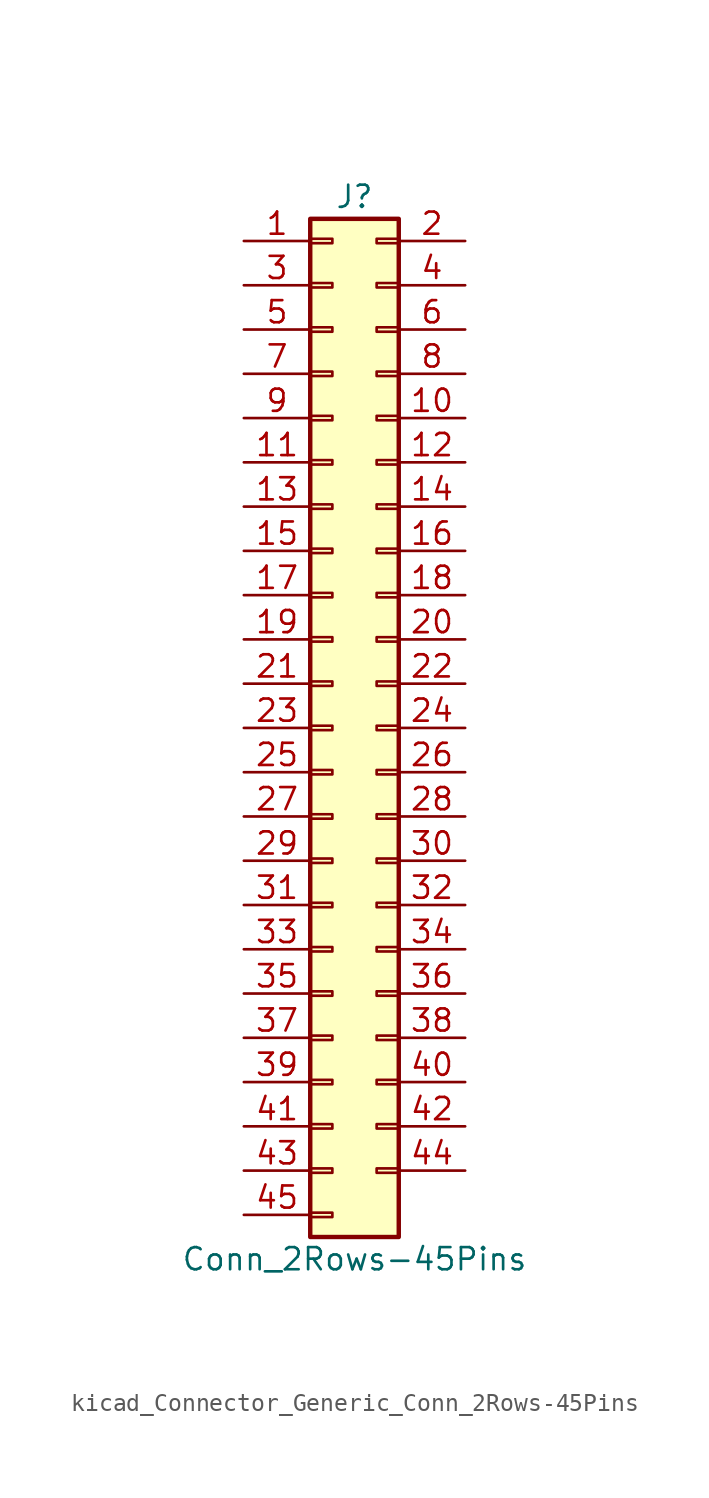
<source format=kicad_sym>
(kicad_symbol_lib
  (version 20220914)
  (generator kicad_symbol_editor)
  (symbol "kicad_Connector_Generic_Conn_2Rows-45Pins"
    (pin_names
      (offset 1.016) hide)
    (property "Reference" "J"
      (at 1.27 30.48 0)
      (effects (font (size 1.27 1.27))))
    (property "Value" "Conn_2Rows-45Pins"
      (at 1.27 -30.48 0)
      (effects (font (size 1.27 1.27))))
    (symbol "kicad_Connector_Generic_Conn_2Rows-45Pins_1_1"
      (rectangle (start -1.27 -27.813) (end 0 -28.067) (stroke (width 0.152) (type default)) (fill (type none)))
      (rectangle (start -1.27 -25.273) (end 0 -25.527) (stroke (width 0.152) (type default)) (fill (type none)))
      (rectangle (start -1.27 -22.733) (end 0 -22.987) (stroke (width 0.152) (type default)) (fill (type none)))
      (rectangle (start -1.27 -20.193) (end 0 -20.447) (stroke (width 0.152) (type default)) (fill (type none)))
      (rectangle (start -1.27 -17.653) (end 0 -17.907) (stroke (width 0.152) (type default)) (fill (type none)))
      (rectangle (start -1.27 -15.113) (end 0 -15.367) (stroke (width 0.152) (type default)) (fill (type none)))
      (rectangle (start -1.27 -12.573) (end 0 -12.827) (stroke (width 0.152) (type default)) (fill (type none)))
      (rectangle (start -1.27 -10.033) (end 0 -10.287) (stroke (width 0.152) (type default)) (fill (type none)))
      (rectangle (start -1.27 -7.493) (end 0 -7.747) (stroke (width 0.152) (type default)) (fill (type none)))
      (rectangle (start -1.27 -4.953) (end 0 -5.207) (stroke (width 0.152) (type default)) (fill (type none)))
      (rectangle (start -1.27 -2.413) (end 0 -2.667) (stroke (width 0.152) (type default)) (fill (type none)))
      (rectangle (start -1.27 0.127) (end 0 -0.127) (stroke (width 0.152) (type default)) (fill (type none)))
      (rectangle (start -1.27 2.667) (end 0 2.413) (stroke (width 0.152) (type default)) (fill (type none)))
      (rectangle (start -1.27 5.207) (end 0 4.953) (stroke (width 0.152) (type default)) (fill (type none)))
      (rectangle (start -1.27 7.747) (end 0 7.493) (stroke (width 0.152) (type default)) (fill (type none)))
      (rectangle (start -1.27 10.287) (end 0 10.033) (stroke (width 0.152) (type default)) (fill (type none)))
      (rectangle (start -1.27 12.827) (end 0 12.573) (stroke (width 0.152) (type default)) (fill (type none)))
      (rectangle (start -1.27 15.367) (end 0 15.113) (stroke (width 0.152) (type default)) (fill (type none)))
      (rectangle (start -1.27 17.907) (end 0 17.653) (stroke (width 0.152) (type default)) (fill (type none)))
      (rectangle (start -1.27 20.447) (end 0 20.193) (stroke (width 0.152) (type default)) (fill (type none)))
      (rectangle (start -1.27 22.987) (end 0 22.733) (stroke (width 0.152) (type default)) (fill (type none)))
      (rectangle (start -1.27 25.527) (end 0 25.273) (stroke (width 0.152) (type default)) (fill (type none)))
      (rectangle (start -1.27 28.067) (end 0 27.813) (stroke (width 0.152) (type default)) (fill (type none)))
      (rectangle (start -1.27 29.21) (end 3.81 -29.21) (stroke (width 0.254) (type default)) (fill (type background)))
      (rectangle (start 3.81 -25.273) (end 2.54 -25.527) (stroke (width 0.152) (type default)) (fill (type none)))
      (rectangle (start 3.81 -22.733) (end 2.54 -22.987) (stroke (width 0.152) (type default)) (fill (type none)))
      (rectangle (start 3.81 -20.193) (end 2.54 -20.447) (stroke (width 0.152) (type default)) (fill (type none)))
      (rectangle (start 3.81 -17.653) (end 2.54 -17.907) (stroke (width 0.152) (type default)) (fill (type none)))
      (rectangle (start 3.81 -15.113) (end 2.54 -15.367) (stroke (width 0.152) (type default)) (fill (type none)))
      (rectangle (start 3.81 -12.573) (end 2.54 -12.827) (stroke (width 0.152) (type default)) (fill (type none)))
      (rectangle (start 3.81 -10.033) (end 2.54 -10.287) (stroke (width 0.152) (type default)) (fill (type none)))
      (rectangle (start 3.81 -7.493) (end 2.54 -7.747) (stroke (width 0.152) (type default)) (fill (type none)))
      (rectangle (start 3.81 -4.953) (end 2.54 -5.207) (stroke (width 0.152) (type default)) (fill (type none)))
      (rectangle (start 3.81 -2.413) (end 2.54 -2.667) (stroke (width 0.152) (type default)) (fill (type none)))
      (rectangle (start 3.81 0.127) (end 2.54 -0.127) (stroke (width 0.152) (type default)) (fill (type none)))
      (rectangle (start 3.81 2.667) (end 2.54 2.413) (stroke (width 0.152) (type default)) (fill (type none)))
      (rectangle (start 3.81 5.207) (end 2.54 4.953) (stroke (width 0.152) (type default)) (fill (type none)))
      (rectangle (start 3.81 7.747) (end 2.54 7.493) (stroke (width 0.152) (type default)) (fill (type none)))
      (rectangle (start 3.81 10.287) (end 2.54 10.033) (stroke (width 0.152) (type default)) (fill (type none)))
      (rectangle (start 3.81 12.827) (end 2.54 12.573) (stroke (width 0.152) (type default)) (fill (type none)))
      (rectangle (start 3.81 15.367) (end 2.54 15.113) (stroke (width 0.152) (type default)) (fill (type none)))
      (rectangle (start 3.81 17.907) (end 2.54 17.653) (stroke (width 0.152) (type default)) (fill (type none)))
      (rectangle (start 3.81 20.447) (end 2.54 20.193) (stroke (width 0.152) (type default)) (fill (type none)))
      (rectangle (start 3.81 22.987) (end 2.54 22.733) (stroke (width 0.152) (type default)) (fill (type none)))
      (rectangle (start 3.81 25.527) (end 2.54 25.273) (stroke (width 0.152) (type default)) (fill (type none)))
      (rectangle (start 3.81 28.067) (end 2.54 27.813) (stroke (width 0.152) (type default)) (fill (type none)))
      (pin passive line (at -5.08 27.94 0) (length 3.81) (name "Pin_1" (effects (font (size 1.27 1.27)))) (number "1" (effects (font (size 1.27 1.27)))))
      (pin passive line (at 7.62 17.78 180) (length 3.81) (name "Pin_10" (effects (font (size 1.27 1.27)))) (number "10" (effects (font (size 1.27 1.27)))))
      (pin passive line (at -5.08 15.24 0) (length 3.81) (name "Pin_11" (effects (font (size 1.27 1.27)))) (number "11" (effects (font (size 1.27 1.27)))))
      (pin passive line (at 7.62 15.24 180) (length 3.81) (name "Pin_12" (effects (font (size 1.27 1.27)))) (number "12" (effects (font (size 1.27 1.27)))))
      (pin passive line (at -5.08 12.7 0) (length 3.81) (name "Pin_13" (effects (font (size 1.27 1.27)))) (number "13" (effects (font (size 1.27 1.27)))))
      (pin passive line (at 7.62 12.7 180) (length 3.81) (name "Pin_14" (effects (font (size 1.27 1.27)))) (number "14" (effects (font (size 1.27 1.27)))))
      (pin passive line (at -5.08 10.16 0) (length 3.81) (name "Pin_15" (effects (font (size 1.27 1.27)))) (number "15" (effects (font (size 1.27 1.27)))))
      (pin passive line (at 7.62 10.16 180) (length 3.81) (name "Pin_16" (effects (font (size 1.27 1.27)))) (number "16" (effects (font (size 1.27 1.27)))))
      (pin passive line (at -5.08 7.62 0) (length 3.81) (name "Pin_17" (effects (font (size 1.27 1.27)))) (number "17" (effects (font (size 1.27 1.27)))))
      (pin passive line (at 7.62 7.62 180) (length 3.81) (name "Pin_18" (effects (font (size 1.27 1.27)))) (number "18" (effects (font (size 1.27 1.27)))))
      (pin passive line (at -5.08 5.08 0) (length 3.81) (name "Pin_19" (effects (font (size 1.27 1.27)))) (number "19" (effects (font (size 1.27 1.27)))))
      (pin passive line (at 7.62 27.94 180) (length 3.81) (name "Pin_2" (effects (font (size 1.27 1.27)))) (number "2" (effects (font (size 1.27 1.27)))))
      (pin passive line (at 7.62 5.08 180) (length 3.81) (name "Pin_20" (effects (font (size 1.27 1.27)))) (number "20" (effects (font (size 1.27 1.27)))))
      (pin passive line (at -5.08 2.54 0) (length 3.81) (name "Pin_21" (effects (font (size 1.27 1.27)))) (number "21" (effects (font (size 1.27 1.27)))))
      (pin passive line (at 7.62 2.54 180) (length 3.81) (name "Pin_22" (effects (font (size 1.27 1.27)))) (number "22" (effects (font (size 1.27 1.27)))))
      (pin passive line (at -5.08 0 0) (length 3.81) (name "Pin_23" (effects (font (size 1.27 1.27)))) (number "23" (effects (font (size 1.27 1.27)))))
      (pin passive line (at 7.62 0 180) (length 3.81) (name "Pin_24" (effects (font (size 1.27 1.27)))) (number "24" (effects (font (size 1.27 1.27)))))
      (pin passive line (at -5.08 -2.54 0) (length 3.81) (name "Pin_25" (effects (font (size 1.27 1.27)))) (number "25" (effects (font (size 1.27 1.27)))))
      (pin passive line (at 7.62 -2.54 180) (length 3.81) (name "Pin_26" (effects (font (size 1.27 1.27)))) (number "26" (effects (font (size 1.27 1.27)))))
      (pin passive line (at -5.08 -5.08 0) (length 3.81) (name "Pin_27" (effects (font (size 1.27 1.27)))) (number "27" (effects (font (size 1.27 1.27)))))
      (pin passive line (at 7.62 -5.08 180) (length 3.81) (name "Pin_28" (effects (font (size 1.27 1.27)))) (number "28" (effects (font (size 1.27 1.27)))))
      (pin passive line (at -5.08 -7.62 0) (length 3.81) (name "Pin_29" (effects (font (size 1.27 1.27)))) (number "29" (effects (font (size 1.27 1.27)))))
      (pin passive line (at -5.08 25.4 0) (length 3.81) (name "Pin_3" (effects (font (size 1.27 1.27)))) (number "3" (effects (font (size 1.27 1.27)))))
      (pin passive line (at 7.62 -7.62 180) (length 3.81) (name "Pin_30" (effects (font (size 1.27 1.27)))) (number "30" (effects (font (size 1.27 1.27)))))
      (pin passive line (at -5.08 -10.16 0) (length 3.81) (name "Pin_31" (effects (font (size 1.27 1.27)))) (number "31" (effects (font (size 1.27 1.27)))))
      (pin passive line (at 7.62 -10.16 180) (length 3.81) (name "Pin_32" (effects (font (size 1.27 1.27)))) (number "32" (effects (font (size 1.27 1.27)))))
      (pin passive line (at -5.08 -12.7 0) (length 3.81) (name "Pin_33" (effects (font (size 1.27 1.27)))) (number "33" (effects (font (size 1.27 1.27)))))
      (pin passive line (at 7.62 -12.7 180) (length 3.81) (name "Pin_34" (effects (font (size 1.27 1.27)))) (number "34" (effects (font (size 1.27 1.27)))))
      (pin passive line (at -5.08 -15.24 0) (length 3.81) (name "Pin_35" (effects (font (size 1.27 1.27)))) (number "35" (effects (font (size 1.27 1.27)))))
      (pin passive line (at 7.62 -15.24 180) (length 3.81) (name "Pin_36" (effects (font (size 1.27 1.27)))) (number "36" (effects (font (size 1.27 1.27)))))
      (pin passive line (at -5.08 -17.78 0) (length 3.81) (name "Pin_37" (effects (font (size 1.27 1.27)))) (number "37" (effects (font (size 1.27 1.27)))))
      (pin passive line (at 7.62 -17.78 180) (length 3.81) (name "Pin_38" (effects (font (size 1.27 1.27)))) (number "38" (effects (font (size 1.27 1.27)))))
      (pin passive line (at -5.08 -20.32 0) (length 3.81) (name "Pin_39" (effects (font (size 1.27 1.27)))) (number "39" (effects (font (size 1.27 1.27)))))
      (pin passive line (at 7.62 25.4 180) (length 3.81) (name "Pin_4" (effects (font (size 1.27 1.27)))) (number "4" (effects (font (size 1.27 1.27)))))
      (pin passive line (at 7.62 -20.32 180) (length 3.81) (name "Pin_40" (effects (font (size 1.27 1.27)))) (number "40" (effects (font (size 1.27 1.27)))))
      (pin passive line (at -5.08 -22.86 0) (length 3.81) (name "Pin_41" (effects (font (size 1.27 1.27)))) (number "41" (effects (font (size 1.27 1.27)))))
      (pin passive line (at 7.62 -22.86 180) (length 3.81) (name "Pin_42" (effects (font (size 1.27 1.27)))) (number "42" (effects (font (size 1.27 1.27)))))
      (pin passive line (at -5.08 -25.4 0) (length 3.81) (name "Pin_43" (effects (font (size 1.27 1.27)))) (number "43" (effects (font (size 1.27 1.27)))))
      (pin passive line (at 7.62 -25.4 180) (length 3.81) (name "Pin_44" (effects (font (size 1.27 1.27)))) (number "44" (effects (font (size 1.27 1.27)))))
      (pin passive line (at -5.08 -27.94 0) (length 3.81) (name "Pin_45" (effects (font (size 1.27 1.27)))) (number "45" (effects (font (size 1.27 1.27)))))
      (pin passive line (at -5.08 22.86 0) (length 3.81) (name "Pin_5" (effects (font (size 1.27 1.27)))) (number "5" (effects (font (size 1.27 1.27)))))
      (pin passive line (at 7.62 22.86 180) (length 3.81) (name "Pin_6" (effects (font (size 1.27 1.27)))) (number "6" (effects (font (size 1.27 1.27)))))
      (pin passive line (at -5.08 20.32 0) (length 3.81) (name "Pin_7" (effects (font (size 1.27 1.27)))) (number "7" (effects (font (size 1.27 1.27)))))
      (pin passive line (at 7.62 20.32 180) (length 3.81) (name "Pin_8" (effects (font (size 1.27 1.27)))) (number "8" (effects (font (size 1.27 1.27)))))
      (pin passive line (at -5.08 17.78 0) (length 3.81) (name "Pin_9" (effects (font (size 1.27 1.27)))) (number "9" (effects (font (size 1.27 1.27))))))))
</source>
